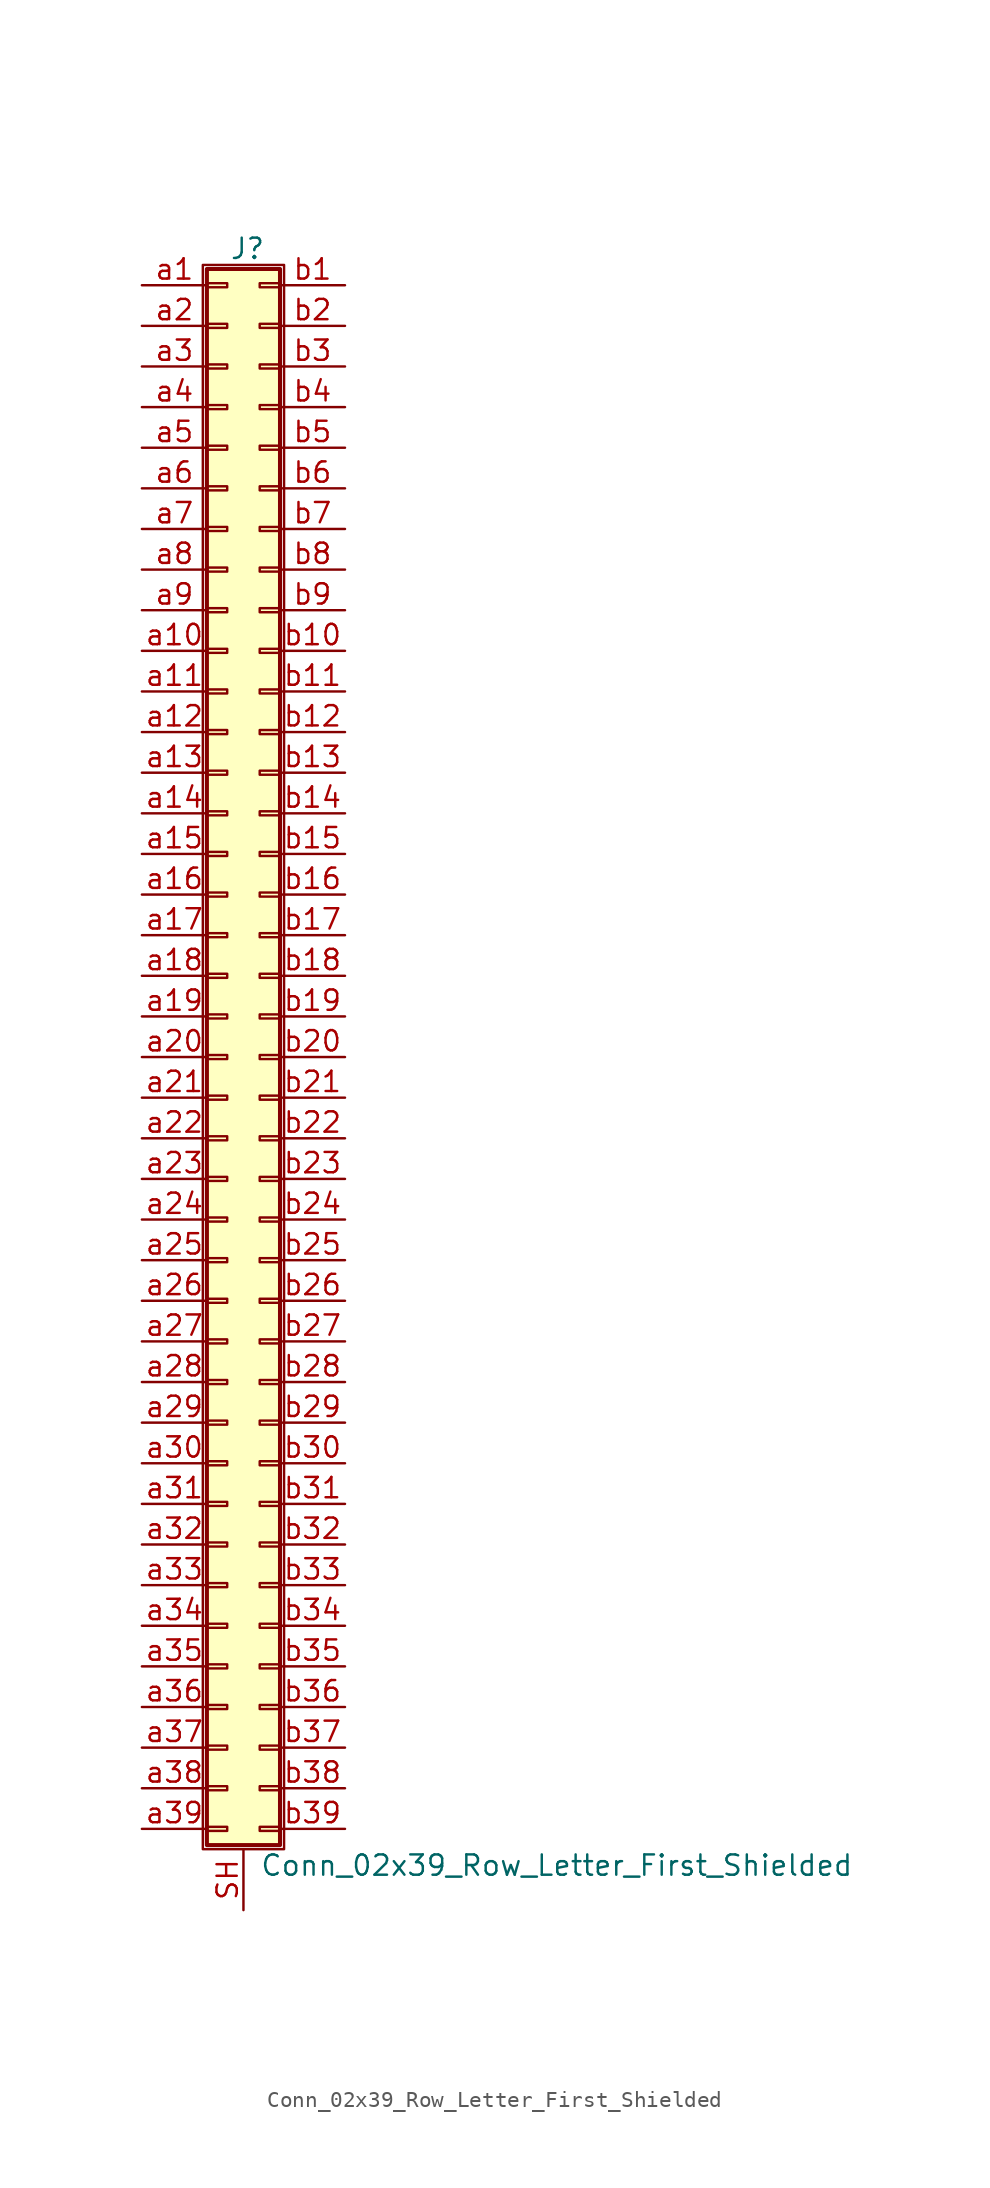
<source format=kicad_sym>
(kicad_symbol_lib
  (version 20220914)
  (generator kicad_symbol_editor)
  (symbol "Conn_02x39_Row_Letter_First_Shielded"
    (pin_names
      (offset 1.016) hide)
    (property "Reference" "J"
      (at 1.524 50.546 0)
      (effects (font (size 1.27 1.27))))
    (property "Value" "Conn_02x39_Row_Letter_First_Shielded"
      (at 2.286 -50.546 0)
      (effects (font (size 1.27 1.27)) (justify left)))
    (symbol "Conn_02x39_Row_Letter_First_Shielded_1_1"
      (rectangle (start -1.27 49.53) (end 3.81 -49.53) (stroke (width 0.152) (type default)) (fill (type none)))
      (rectangle (start -1.016 -48.133) (end 0.254 -48.387) (stroke (width 0.152) (type default)) (fill (type none)))
      (rectangle (start -1.016 -45.593) (end 0.254 -45.847) (stroke (width 0.152) (type default)) (fill (type none)))
      (rectangle (start -1.016 -43.053) (end 0.254 -43.307) (stroke (width 0.152) (type default)) (fill (type none)))
      (rectangle (start -1.016 -40.513) (end 0.254 -40.767) (stroke (width 0.152) (type default)) (fill (type none)))
      (rectangle (start -1.016 -37.973) (end 0.254 -38.227) (stroke (width 0.152) (type default)) (fill (type none)))
      (rectangle (start -1.016 -35.433) (end 0.254 -35.687) (stroke (width 0.152) (type default)) (fill (type none)))
      (rectangle (start -1.016 -32.893) (end 0.254 -33.147) (stroke (width 0.152) (type default)) (fill (type none)))
      (rectangle (start -1.016 -30.353) (end 0.254 -30.607) (stroke (width 0.152) (type default)) (fill (type none)))
      (rectangle (start -1.016 -27.813) (end 0.254 -28.067) (stroke (width 0.152) (type default)) (fill (type none)))
      (rectangle (start -1.016 -25.273) (end 0.254 -25.527) (stroke (width 0.152) (type default)) (fill (type none)))
      (rectangle (start -1.016 -22.733) (end 0.254 -22.987) (stroke (width 0.152) (type default)) (fill (type none)))
      (rectangle (start -1.016 -20.193) (end 0.254 -20.447) (stroke (width 0.152) (type default)) (fill (type none)))
      (rectangle (start -1.016 -17.653) (end 0.254 -17.907) (stroke (width 0.152) (type default)) (fill (type none)))
      (rectangle (start -1.016 -15.113) (end 0.254 -15.367) (stroke (width 0.152) (type default)) (fill (type none)))
      (rectangle (start -1.016 -12.573) (end 0.254 -12.827) (stroke (width 0.152) (type default)) (fill (type none)))
      (rectangle (start -1.016 -10.033) (end 0.254 -10.287) (stroke (width 0.152) (type default)) (fill (type none)))
      (rectangle (start -1.016 -7.493) (end 0.254 -7.747) (stroke (width 0.152) (type default)) (fill (type none)))
      (rectangle (start -1.016 -4.953) (end 0.254 -5.207) (stroke (width 0.152) (type default)) (fill (type none)))
      (rectangle (start -1.016 -2.413) (end 0.254 -2.667) (stroke (width 0.152) (type default)) (fill (type none)))
      (rectangle (start -1.016 0.127) (end 0.254 -0.127) (stroke (width 0.152) (type default)) (fill (type none)))
      (rectangle (start -1.016 2.667) (end 0.254 2.413) (stroke (width 0.152) (type default)) (fill (type none)))
      (rectangle (start -1.016 5.207) (end 0.254 4.953) (stroke (width 0.152) (type default)) (fill (type none)))
      (rectangle (start -1.016 7.747) (end 0.254 7.493) (stroke (width 0.152) (type default)) (fill (type none)))
      (rectangle (start -1.016 10.287) (end 0.254 10.033) (stroke (width 0.152) (type default)) (fill (type none)))
      (rectangle (start -1.016 12.827) (end 0.254 12.573) (stroke (width 0.152) (type default)) (fill (type none)))
      (rectangle (start -1.016 15.367) (end 0.254 15.113) (stroke (width 0.152) (type default)) (fill (type none)))
      (rectangle (start -1.016 17.907) (end 0.254 17.653) (stroke (width 0.152) (type default)) (fill (type none)))
      (rectangle (start -1.016 20.447) (end 0.254 20.193) (stroke (width 0.152) (type default)) (fill (type none)))
      (rectangle (start -1.016 22.987) (end 0.254 22.733) (stroke (width 0.152) (type default)) (fill (type none)))
      (rectangle (start -1.016 25.527) (end 0.254 25.273) (stroke (width 0.152) (type default)) (fill (type none)))
      (rectangle (start -1.016 28.067) (end 0.254 27.813) (stroke (width 0.152) (type default)) (fill (type none)))
      (rectangle (start -1.016 30.607) (end 0.254 30.353) (stroke (width 0.152) (type default)) (fill (type none)))
      (rectangle (start -1.016 33.147) (end 0.254 32.893) (stroke (width 0.152) (type default)) (fill (type none)))
      (rectangle (start -1.016 35.687) (end 0.254 35.433) (stroke (width 0.152) (type default)) (fill (type none)))
      (rectangle (start -1.016 38.227) (end 0.254 37.973) (stroke (width 0.152) (type default)) (fill (type none)))
      (rectangle (start -1.016 40.767) (end 0.254 40.513) (stroke (width 0.152) (type default)) (fill (type none)))
      (rectangle (start -1.016 43.307) (end 0.254 43.053) (stroke (width 0.152) (type default)) (fill (type none)))
      (rectangle (start -1.016 45.847) (end 0.254 45.593) (stroke (width 0.152) (type default)) (fill (type none)))
      (rectangle (start -1.016 48.387) (end 0.254 48.133) (stroke (width 0.152) (type default)) (fill (type none)))
      (rectangle (start -1.016 49.276) (end 3.556 -49.276) (stroke (width 0.254) (type default)) (fill (type background)))
      (rectangle (start 3.556 -48.133) (end 2.286 -48.387) (stroke (width 0.152) (type default)) (fill (type none)))
      (rectangle (start 3.556 -45.593) (end 2.286 -45.847) (stroke (width 0.152) (type default)) (fill (type none)))
      (rectangle (start 3.556 -43.053) (end 2.286 -43.307) (stroke (width 0.152) (type default)) (fill (type none)))
      (rectangle (start 3.556 -40.513) (end 2.286 -40.767) (stroke (width 0.152) (type default)) (fill (type none)))
      (rectangle (start 3.556 -37.973) (end 2.286 -38.227) (stroke (width 0.152) (type default)) (fill (type none)))
      (rectangle (start 3.556 -35.433) (end 2.286 -35.687) (stroke (width 0.152) (type default)) (fill (type none)))
      (rectangle (start 3.556 -32.893) (end 2.286 -33.147) (stroke (width 0.152) (type default)) (fill (type none)))
      (rectangle (start 3.556 -30.353) (end 2.286 -30.607) (stroke (width 0.152) (type default)) (fill (type none)))
      (rectangle (start 3.556 -27.813) (end 2.286 -28.067) (stroke (width 0.152) (type default)) (fill (type none)))
      (rectangle (start 3.556 -25.273) (end 2.286 -25.527) (stroke (width 0.152) (type default)) (fill (type none)))
      (rectangle (start 3.556 -22.733) (end 2.286 -22.987) (stroke (width 0.152) (type default)) (fill (type none)))
      (rectangle (start 3.556 -20.193) (end 2.286 -20.447) (stroke (width 0.152) (type default)) (fill (type none)))
      (rectangle (start 3.556 -17.653) (end 2.286 -17.907) (stroke (width 0.152) (type default)) (fill (type none)))
      (rectangle (start 3.556 -15.113) (end 2.286 -15.367) (stroke (width 0.152) (type default)) (fill (type none)))
      (rectangle (start 3.556 -12.573) (end 2.286 -12.827) (stroke (width 0.152) (type default)) (fill (type none)))
      (rectangle (start 3.556 -10.033) (end 2.286 -10.287) (stroke (width 0.152) (type default)) (fill (type none)))
      (rectangle (start 3.556 -7.493) (end 2.286 -7.747) (stroke (width 0.152) (type default)) (fill (type none)))
      (rectangle (start 3.556 -4.953) (end 2.286 -5.207) (stroke (width 0.152) (type default)) (fill (type none)))
      (rectangle (start 3.556 -2.413) (end 2.286 -2.667) (stroke (width 0.152) (type default)) (fill (type none)))
      (rectangle (start 3.556 0.127) (end 2.286 -0.127) (stroke (width 0.152) (type default)) (fill (type none)))
      (rectangle (start 3.556 2.667) (end 2.286 2.413) (stroke (width 0.152) (type default)) (fill (type none)))
      (rectangle (start 3.556 5.207) (end 2.286 4.953) (stroke (width 0.152) (type default)) (fill (type none)))
      (rectangle (start 3.556 7.747) (end 2.286 7.493) (stroke (width 0.152) (type default)) (fill (type none)))
      (rectangle (start 3.556 10.287) (end 2.286 10.033) (stroke (width 0.152) (type default)) (fill (type none)))
      (rectangle (start 3.556 12.827) (end 2.286 12.573) (stroke (width 0.152) (type default)) (fill (type none)))
      (rectangle (start 3.556 15.367) (end 2.286 15.113) (stroke (width 0.152) (type default)) (fill (type none)))
      (rectangle (start 3.556 17.907) (end 2.286 17.653) (stroke (width 0.152) (type default)) (fill (type none)))
      (rectangle (start 3.556 20.447) (end 2.286 20.193) (stroke (width 0.152) (type default)) (fill (type none)))
      (rectangle (start 3.556 22.987) (end 2.286 22.733) (stroke (width 0.152) (type default)) (fill (type none)))
      (rectangle (start 3.556 25.527) (end 2.286 25.273) (stroke (width 0.152) (type default)) (fill (type none)))
      (rectangle (start 3.556 28.067) (end 2.286 27.813) (stroke (width 0.152) (type default)) (fill (type none)))
      (rectangle (start 3.556 30.607) (end 2.286 30.353) (stroke (width 0.152) (type default)) (fill (type none)))
      (rectangle (start 3.556 33.147) (end 2.286 32.893) (stroke (width 0.152) (type default)) (fill (type none)))
      (rectangle (start 3.556 35.687) (end 2.286 35.433) (stroke (width 0.152) (type default)) (fill (type none)))
      (rectangle (start 3.556 38.227) (end 2.286 37.973) (stroke (width 0.152) (type default)) (fill (type none)))
      (rectangle (start 3.556 40.767) (end 2.286 40.513) (stroke (width 0.152) (type default)) (fill (type none)))
      (rectangle (start 3.556 43.307) (end 2.286 43.053) (stroke (width 0.152) (type default)) (fill (type none)))
      (rectangle (start 3.556 45.847) (end 2.286 45.593) (stroke (width 0.152) (type default)) (fill (type none)))
      (rectangle (start 3.556 48.387) (end 2.286 48.133) (stroke (width 0.152) (type default)) (fill (type none)))
      (pin passive line (at 1.27 -53.34 90) (length 3.81) (name "Shield" (effects (font (size 1.27 1.27)))) (number "SH" (effects (font (size 1.27 1.27)))))
      (pin passive line (at -5.08 48.26 0) (length 4.064) (name "Pin_a1" (effects (font (size 1.27 1.27)))) (number "a1" (effects (font (size 1.27 1.27)))))
      (pin passive line (at -5.08 25.4 0) (length 4.064) (name "Pin_a10" (effects (font (size 1.27 1.27)))) (number "a10" (effects (font (size 1.27 1.27)))))
      (pin passive line (at -5.08 22.86 0) (length 4.064) (name "Pin_a11" (effects (font (size 1.27 1.27)))) (number "a11" (effects (font (size 1.27 1.27)))))
      (pin passive line (at -5.08 20.32 0) (length 4.064) (name "Pin_a12" (effects (font (size 1.27 1.27)))) (number "a12" (effects (font (size 1.27 1.27)))))
      (pin passive line (at -5.08 17.78 0) (length 4.064) (name "Pin_a13" (effects (font (size 1.27 1.27)))) (number "a13" (effects (font (size 1.27 1.27)))))
      (pin passive line (at -5.08 15.24 0) (length 4.064) (name "Pin_a14" (effects (font (size 1.27 1.27)))) (number "a14" (effects (font (size 1.27 1.27)))))
      (pin passive line (at -5.08 12.7 0) (length 4.064) (name "Pin_a15" (effects (font (size 1.27 1.27)))) (number "a15" (effects (font (size 1.27 1.27)))))
      (pin passive line (at -5.08 10.16 0) (length 4.064) (name "Pin_a16" (effects (font (size 1.27 1.27)))) (number "a16" (effects (font (size 1.27 1.27)))))
      (pin passive line (at -5.08 7.62 0) (length 4.064) (name "Pin_a17" (effects (font (size 1.27 1.27)))) (number "a17" (effects (font (size 1.27 1.27)))))
      (pin passive line (at -5.08 5.08 0) (length 4.064) (name "Pin_a18" (effects (font (size 1.27 1.27)))) (number "a18" (effects (font (size 1.27 1.27)))))
      (pin passive line (at -5.08 2.54 0) (length 4.064) (name "Pin_a19" (effects (font (size 1.27 1.27)))) (number "a19" (effects (font (size 1.27 1.27)))))
      (pin passive line (at -5.08 45.72 0) (length 4.064) (name "Pin_a2" (effects (font (size 1.27 1.27)))) (number "a2" (effects (font (size 1.27 1.27)))))
      (pin passive line (at -5.08 0 0) (length 4.064) (name "Pin_a20" (effects (font (size 1.27 1.27)))) (number "a20" (effects (font (size 1.27 1.27)))))
      (pin passive line (at -5.08 -2.54 0) (length 4.064) (name "Pin_a21" (effects (font (size 1.27 1.27)))) (number "a21" (effects (font (size 1.27 1.27)))))
      (pin passive line (at -5.08 -5.08 0) (length 4.064) (name "Pin_a22" (effects (font (size 1.27 1.27)))) (number "a22" (effects (font (size 1.27 1.27)))))
      (pin passive line (at -5.08 -7.62 0) (length 4.064) (name "Pin_a23" (effects (font (size 1.27 1.27)))) (number "a23" (effects (font (size 1.27 1.27)))))
      (pin passive line (at -5.08 -10.16 0) (length 4.064) (name "Pin_a24" (effects (font (size 1.27 1.27)))) (number "a24" (effects (font (size 1.27 1.27)))))
      (pin passive line (at -5.08 -12.7 0) (length 4.064) (name "Pin_a25" (effects (font (size 1.27 1.27)))) (number "a25" (effects (font (size 1.27 1.27)))))
      (pin passive line (at -5.08 -15.24 0) (length 4.064) (name "Pin_a26" (effects (font (size 1.27 1.27)))) (number "a26" (effects (font (size 1.27 1.27)))))
      (pin passive line (at -5.08 -17.78 0) (length 4.064) (name "Pin_a27" (effects (font (size 1.27 1.27)))) (number "a27" (effects (font (size 1.27 1.27)))))
      (pin passive line (at -5.08 -20.32 0) (length 4.064) (name "Pin_a28" (effects (font (size 1.27 1.27)))) (number "a28" (effects (font (size 1.27 1.27)))))
      (pin passive line (at -5.08 -22.86 0) (length 4.064) (name "Pin_a29" (effects (font (size 1.27 1.27)))) (number "a29" (effects (font (size 1.27 1.27)))))
      (pin passive line (at -5.08 43.18 0) (length 4.064) (name "Pin_a3" (effects (font (size 1.27 1.27)))) (number "a3" (effects (font (size 1.27 1.27)))))
      (pin passive line (at -5.08 -25.4 0) (length 4.064) (name "Pin_a30" (effects (font (size 1.27 1.27)))) (number "a30" (effects (font (size 1.27 1.27)))))
      (pin passive line (at -5.08 -27.94 0) (length 4.064) (name "Pin_a31" (effects (font (size 1.27 1.27)))) (number "a31" (effects (font (size 1.27 1.27)))))
      (pin passive line (at -5.08 -30.48 0) (length 4.064) (name "Pin_a32" (effects (font (size 1.27 1.27)))) (number "a32" (effects (font (size 1.27 1.27)))))
      (pin passive line (at -5.08 -33.02 0) (length 4.064) (name "Pin_a33" (effects (font (size 1.27 1.27)))) (number "a33" (effects (font (size 1.27 1.27)))))
      (pin passive line (at -5.08 -35.56 0) (length 4.064) (name "Pin_a34" (effects (font (size 1.27 1.27)))) (number "a34" (effects (font (size 1.27 1.27)))))
      (pin passive line (at -5.08 -38.1 0) (length 4.064) (name "Pin_a35" (effects (font (size 1.27 1.27)))) (number "a35" (effects (font (size 1.27 1.27)))))
      (pin passive line (at -5.08 -40.64 0) (length 4.064) (name "Pin_a36" (effects (font (size 1.27 1.27)))) (number "a36" (effects (font (size 1.27 1.27)))))
      (pin passive line (at -5.08 -43.18 0) (length 4.064) (name "Pin_a37" (effects (font (size 1.27 1.27)))) (number "a37" (effects (font (size 1.27 1.27)))))
      (pin passive line (at -5.08 -45.72 0) (length 4.064) (name "Pin_a38" (effects (font (size 1.27 1.27)))) (number "a38" (effects (font (size 1.27 1.27)))))
      (pin passive line (at -5.08 -48.26 0) (length 4.064) (name "Pin_a39" (effects (font (size 1.27 1.27)))) (number "a39" (effects (font (size 1.27 1.27)))))
      (pin passive line (at -5.08 40.64 0) (length 4.064) (name "Pin_a4" (effects (font (size 1.27 1.27)))) (number "a4" (effects (font (size 1.27 1.27)))))
      (pin passive line (at -5.08 38.1 0) (length 4.064) (name "Pin_a5" (effects (font (size 1.27 1.27)))) (number "a5" (effects (font (size 1.27 1.27)))))
      (pin passive line (at -5.08 35.56 0) (length 4.064) (name "Pin_a6" (effects (font (size 1.27 1.27)))) (number "a6" (effects (font (size 1.27 1.27)))))
      (pin passive line (at -5.08 33.02 0) (length 4.064) (name "Pin_a7" (effects (font (size 1.27 1.27)))) (number "a7" (effects (font (size 1.27 1.27)))))
      (pin passive line (at -5.08 30.48 0) (length 4.064) (name "Pin_a8" (effects (font (size 1.27 1.27)))) (number "a8" (effects (font (size 1.27 1.27)))))
      (pin passive line (at -5.08 27.94 0) (length 4.064) (name "Pin_a9" (effects (font (size 1.27 1.27)))) (number "a9" (effects (font (size 1.27 1.27)))))
      (pin passive line (at 7.62 48.26 180) (length 4.064) (name "Pin_b1" (effects (font (size 1.27 1.27)))) (number "b1" (effects (font (size 1.27 1.27)))))
      (pin passive line (at 7.62 25.4 180) (length 4.064) (name "Pin_b10" (effects (font (size 1.27 1.27)))) (number "b10" (effects (font (size 1.27 1.27)))))
      (pin passive line (at 7.62 22.86 180) (length 4.064) (name "Pin_b11" (effects (font (size 1.27 1.27)))) (number "b11" (effects (font (size 1.27 1.27)))))
      (pin passive line (at 7.62 20.32 180) (length 4.064) (name "Pin_b12" (effects (font (size 1.27 1.27)))) (number "b12" (effects (font (size 1.27 1.27)))))
      (pin passive line (at 7.62 17.78 180) (length 4.064) (name "Pin_b13" (effects (font (size 1.27 1.27)))) (number "b13" (effects (font (size 1.27 1.27)))))
      (pin passive line (at 7.62 15.24 180) (length 4.064) (name "Pin_b14" (effects (font (size 1.27 1.27)))) (number "b14" (effects (font (size 1.27 1.27)))))
      (pin passive line (at 7.62 12.7 180) (length 4.064) (name "Pin_b15" (effects (font (size 1.27 1.27)))) (number "b15" (effects (font (size 1.27 1.27)))))
      (pin passive line (at 7.62 10.16 180) (length 4.064) (name "Pin_b16" (effects (font (size 1.27 1.27)))) (number "b16" (effects (font (size 1.27 1.27)))))
      (pin passive line (at 7.62 7.62 180) (length 4.064) (name "Pin_b17" (effects (font (size 1.27 1.27)))) (number "b17" (effects (font (size 1.27 1.27)))))
      (pin passive line (at 7.62 5.08 180) (length 4.064) (name "Pin_b18" (effects (font (size 1.27 1.27)))) (number "b18" (effects (font (size 1.27 1.27)))))
      (pin passive line (at 7.62 2.54 180) (length 4.064) (name "Pin_b19" (effects (font (size 1.27 1.27)))) (number "b19" (effects (font (size 1.27 1.27)))))
      (pin passive line (at 7.62 45.72 180) (length 4.064) (name "Pin_b2" (effects (font (size 1.27 1.27)))) (number "b2" (effects (font (size 1.27 1.27)))))
      (pin passive line (at 7.62 0 180) (length 4.064) (name "Pin_b20" (effects (font (size 1.27 1.27)))) (number "b20" (effects (font (size 1.27 1.27)))))
      (pin passive line (at 7.62 -2.54 180) (length 4.064) (name "Pin_b21" (effects (font (size 1.27 1.27)))) (number "b21" (effects (font (size 1.27 1.27)))))
      (pin passive line (at 7.62 -5.08 180) (length 4.064) (name "Pin_b22" (effects (font (size 1.27 1.27)))) (number "b22" (effects (font (size 1.27 1.27)))))
      (pin passive line (at 7.62 -7.62 180) (length 4.064) (name "Pin_b23" (effects (font (size 1.27 1.27)))) (number "b23" (effects (font (size 1.27 1.27)))))
      (pin passive line (at 7.62 -10.16 180) (length 4.064) (name "Pin_b24" (effects (font (size 1.27 1.27)))) (number "b24" (effects (font (size 1.27 1.27)))))
      (pin passive line (at 7.62 -12.7 180) (length 4.064) (name "Pin_b25" (effects (font (size 1.27 1.27)))) (number "b25" (effects (font (size 1.27 1.27)))))
      (pin passive line (at 7.62 -15.24 180) (length 4.064) (name "Pin_b26" (effects (font (size 1.27 1.27)))) (number "b26" (effects (font (size 1.27 1.27)))))
      (pin passive line (at 7.62 -17.78 180) (length 4.064) (name "Pin_b27" (effects (font (size 1.27 1.27)))) (number "b27" (effects (font (size 1.27 1.27)))))
      (pin passive line (at 7.62 -20.32 180) (length 4.064) (name "Pin_b28" (effects (font (size 1.27 1.27)))) (number "b28" (effects (font (size 1.27 1.27)))))
      (pin passive line (at 7.62 -22.86 180) (length 4.064) (name "Pin_b29" (effects (font (size 1.27 1.27)))) (number "b29" (effects (font (size 1.27 1.27)))))
      (pin passive line (at 7.62 43.18 180) (length 4.064) (name "Pin_b3" (effects (font (size 1.27 1.27)))) (number "b3" (effects (font (size 1.27 1.27)))))
      (pin passive line (at 7.62 -25.4 180) (length 4.064) (name "Pin_b30" (effects (font (size 1.27 1.27)))) (number "b30" (effects (font (size 1.27 1.27)))))
      (pin passive line (at 7.62 -27.94 180) (length 4.064) (name "Pin_b31" (effects (font (size 1.27 1.27)))) (number "b31" (effects (font (size 1.27 1.27)))))
      (pin passive line (at 7.62 -30.48 180) (length 4.064) (name "Pin_b32" (effects (font (size 1.27 1.27)))) (number "b32" (effects (font (size 1.27 1.27)))))
      (pin passive line (at 7.62 -33.02 180) (length 4.064) (name "Pin_b33" (effects (font (size 1.27 1.27)))) (number "b33" (effects (font (size 1.27 1.27)))))
      (pin passive line (at 7.62 -35.56 180) (length 4.064) (name "Pin_b34" (effects (font (size 1.27 1.27)))) (number "b34" (effects (font (size 1.27 1.27)))))
      (pin passive line (at 7.62 -38.1 180) (length 4.064) (name "Pin_b35" (effects (font (size 1.27 1.27)))) (number "b35" (effects (font (size 1.27 1.27)))))
      (pin passive line (at 7.62 -40.64 180) (length 4.064) (name "Pin_b36" (effects (font (size 1.27 1.27)))) (number "b36" (effects (font (size 1.27 1.27)))))
      (pin passive line (at 7.62 -43.18 180) (length 4.064) (name "Pin_b37" (effects (font (size 1.27 1.27)))) (number "b37" (effects (font (size 1.27 1.27)))))
      (pin passive line (at 7.62 -45.72 180) (length 4.064) (name "Pin_b38" (effects (font (size 1.27 1.27)))) (number "b38" (effects (font (size 1.27 1.27)))))
      (pin passive line (at 7.62 -48.26 180) (length 4.064) (name "Pin_b39" (effects (font (size 1.27 1.27)))) (number "b39" (effects (font (size 1.27 1.27)))))
      (pin passive line (at 7.62 40.64 180) (length 4.064) (name "Pin_b4" (effects (font (size 1.27 1.27)))) (number "b4" (effects (font (size 1.27 1.27)))))
      (pin passive line (at 7.62 38.1 180) (length 4.064) (name "Pin_b5" (effects (font (size 1.27 1.27)))) (number "b5" (effects (font (size 1.27 1.27)))))
      (pin passive line (at 7.62 35.56 180) (length 4.064) (name "Pin_b6" (effects (font (size 1.27 1.27)))) (number "b6" (effects (font (size 1.27 1.27)))))
      (pin passive line (at 7.62 33.02 180) (length 4.064) (name "Pin_b7" (effects (font (size 1.27 1.27)))) (number "b7" (effects (font (size 1.27 1.27)))))
      (pin passive line (at 7.62 30.48 180) (length 4.064) (name "Pin_b8" (effects (font (size 1.27 1.27)))) (number "b8" (effects (font (size 1.27 1.27)))))
      (pin passive line (at 7.62 27.94 180) (length 4.064) (name "Pin_b9" (effects (font (size 1.27 1.27)))) (number "b9" (effects (font (size 1.27 1.27))))))))
</source>
